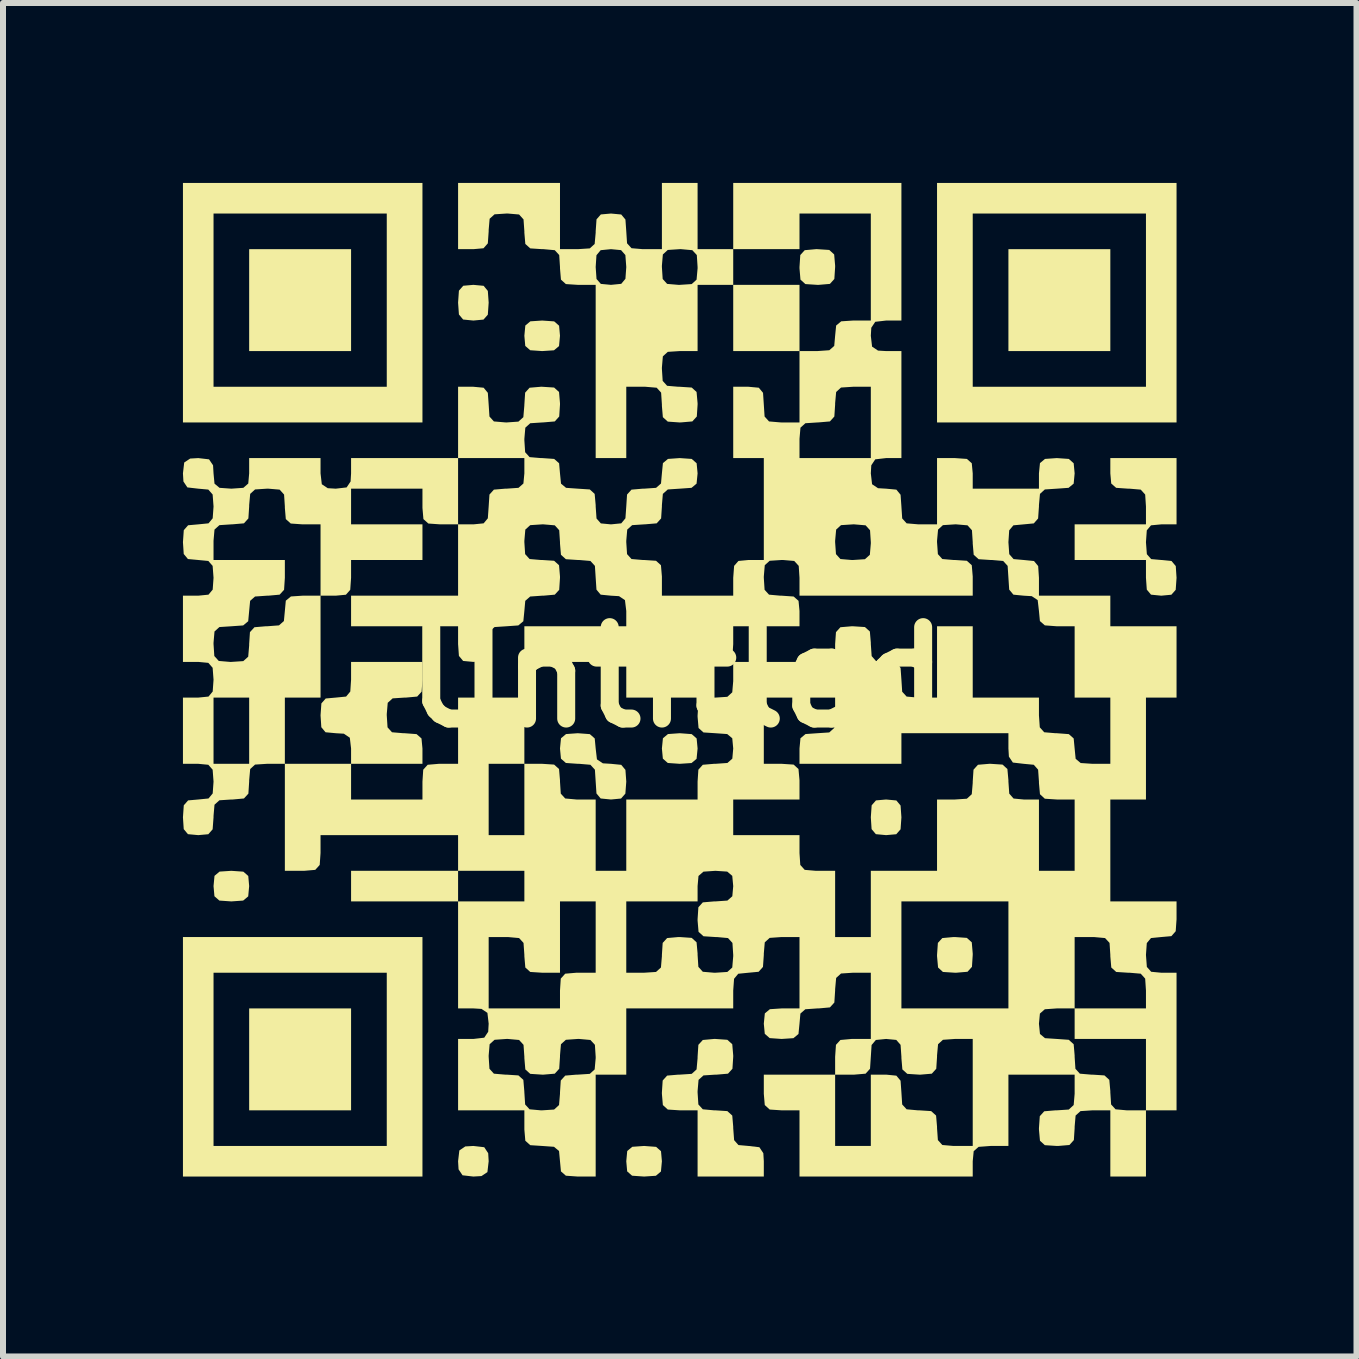
<source format=kicad_pcb>
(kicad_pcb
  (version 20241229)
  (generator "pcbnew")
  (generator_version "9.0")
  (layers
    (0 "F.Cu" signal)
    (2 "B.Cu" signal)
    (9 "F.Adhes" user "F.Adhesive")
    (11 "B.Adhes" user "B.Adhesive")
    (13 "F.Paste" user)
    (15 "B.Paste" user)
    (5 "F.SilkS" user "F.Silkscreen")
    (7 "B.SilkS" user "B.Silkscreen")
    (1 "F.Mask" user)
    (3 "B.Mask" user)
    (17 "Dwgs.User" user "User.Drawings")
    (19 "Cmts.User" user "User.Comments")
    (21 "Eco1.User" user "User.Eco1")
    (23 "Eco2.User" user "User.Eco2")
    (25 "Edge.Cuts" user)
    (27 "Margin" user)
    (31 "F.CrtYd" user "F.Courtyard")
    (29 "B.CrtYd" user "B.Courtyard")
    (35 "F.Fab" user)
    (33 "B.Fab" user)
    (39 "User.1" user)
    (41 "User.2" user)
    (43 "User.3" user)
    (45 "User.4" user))
  (footprint "Untitled"
    (layer "F.Cu")
    (at 8.24 8.24)
    (property "Reference" "Untitled" (at 0 0 0) (layer "F.SilkS") (effects (font (size 1.524 1.524) (thickness 0.3))))
    (attr board_only exclude_from_pos_files exclude_from_bom)
    (fp_poly (pts (xy -5.437 -5.437) (xy -7.136 -5.437) (xy -7.136 -7.136) (xy -5.437 -7.136)) (stroke (width 0) (type solid)) (fill yes) (layer "F.SilkS"))
    (fp_poly (pts (xy -5.437 7.221) (xy -7.136 7.221) (xy -7.136 5.522) (xy -5.437 5.522)) (stroke (width 0) (type solid)) (fill yes) (layer "F.SilkS"))
    (fp_poly (pts (xy 2.039 -5.437) (xy 0.934 -5.437) (xy 0.934 -6.541) (xy 2.039 -6.541)) (stroke (width 0) (type solid)) (fill yes) (layer "F.SilkS"))
    (fp_poly (pts (xy 7.221 -5.437) (xy 5.522 -5.437) (xy 5.522 -7.136) (xy 7.221 -7.136)) (stroke (width 0) (type solid)) (fill yes) (layer "F.SilkS"))
    (fp_poly (pts (xy -4.247 -4.247) (xy -8.24 -4.247) (xy -8.24 -4.842) (xy -7.73 -4.842) (xy -4.842 -4.842) (xy -4.842 -7.73) (xy -7.73 -7.73) (xy -7.73 -4.842) (xy -8.24 -4.842) (xy -8.24 -8.24) (xy -4.247 -8.24)) (stroke (width 0) (type solid)) (fill yes) (layer "F.SilkS"))
    (fp_poly (pts (xy -4.247 8.325) (xy -8.24 8.325) (xy -8.24 7.815) (xy -7.73 7.815) (xy -4.842 7.815) (xy -4.842 4.927) (xy -7.73 4.927) (xy -7.73 7.815) (xy -8.24 7.815) (xy -8.24 4.332) (xy -4.247 4.332)) (stroke (width 0) (type solid)) (fill yes) (layer "F.SilkS"))
    (fp_poly (pts (xy 8.325 -4.247) (xy 4.332 -4.247) (xy 4.332 -4.842) (xy 4.927 -4.842) (xy 7.815 -4.842) (xy 7.815 -7.73) (xy 4.927 -7.73) (xy 4.927 -4.842) (xy 4.332 -4.842) (xy 4.332 -8.24) (xy 8.325 -8.24)) (stroke (width 0) (type solid)) (fill yes) (layer "F.SilkS"))
    (fp_poly (pts (xy -7.233 3.242) (xy -7.151 3.314) (xy -7.136 3.483) (xy -7.152 3.654) (xy -7.236 3.724) (xy -7.433 3.738) (xy -7.633 3.724) (xy -7.715 3.652) (xy -7.73 3.483) (xy -7.714 3.312) (xy -7.63 3.241) (xy -7.433 3.228)) (stroke (width 0) (type solid)) (fill yes) (layer "F.SilkS"))
    (fp_poly (pts (xy -3.227 -6.525) (xy -3.157 -6.44) (xy -3.143 -6.244) (xy -3.157 -6.044) (xy -3.229 -5.962) (xy -3.398 -5.946) (xy -3.569 -5.963) (xy -3.639 -6.047) (xy -3.653 -6.244) (xy -3.639 -6.444) (xy -3.567 -6.526) (xy -3.398 -6.541)) (stroke (width 0) (type solid)) (fill yes) (layer "F.SilkS"))
    (fp_poly (pts (xy -3.217 7.836) (xy -3.151 7.936) (xy -3.143 8.07) (xy -3.164 8.251) (xy -3.263 8.317) (xy -3.398 8.325) (xy -3.579 8.304) (xy -3.645 8.205) (xy -3.653 8.07) (xy -3.632 7.89) (xy -3.533 7.823) (xy -3.398 7.815)) (stroke (width 0) (type solid)) (fill yes) (layer "F.SilkS"))
    (fp_poly (pts (xy -2.051 -5.932) (xy -1.969 -5.86) (xy -1.954 -5.692) (xy -1.97 -5.52) (xy -2.054 -5.45) (xy -2.251 -5.437) (xy -2.451 -5.451) (xy -2.533 -5.523) (xy -2.548 -5.692) (xy -2.532 -5.863) (xy -2.448 -5.933) (xy -2.251 -5.946)) (stroke (width 0) (type solid)) (fill yes) (layer "F.SilkS"))
    (fp_poly (pts (xy -0.352 7.83) (xy -0.27 7.902) (xy -0.255 8.07) (xy -0.271 8.241) (xy -0.355 8.312) (xy -0.552 8.325) (xy -0.752 8.311) (xy -0.834 8.239) (xy -0.849 8.07) (xy -0.833 7.899) (xy -0.749 7.829) (xy -0.552 7.815)) (stroke (width 0) (type solid)) (fill yes) (layer "F.SilkS"))
    (fp_poly (pts (xy 0.242 0.949) (xy 0.324 1.021) (xy 0.34 1.189) (xy 0.323 1.361) (xy 0.239 1.431) (xy 0.042 1.444) (xy -0.157 1.43) (xy -0.239 1.358) (xy -0.255 1.189) (xy -0.238 1.018) (xy -0.154 0.948) (xy 0.042 0.934)) (stroke (width 0) (type solid)) (fill yes) (layer "F.SilkS"))
    (fp_poly (pts (xy 3.654 2.055) (xy 3.724 2.139) (xy 3.738 2.336) (xy 3.724 2.536) (xy 3.652 2.618) (xy 3.483 2.633) (xy 3.312 2.617) (xy 3.241 2.533) (xy 3.228 2.336) (xy 3.242 2.136) (xy 3.314 2.054) (xy 3.483 2.039)) (stroke (width 0) (type solid)) (fill yes) (layer "F.SilkS"))
    (fp_poly (pts (xy 2.535 -7.123) (xy 2.617 -7.048) (xy 2.633 -6.861) (xy 2.633 -6.838) (xy 2.62 -6.639) (xy 2.546 -6.557) (xy 2.359 -6.541) (xy 2.336 -6.541) (xy 2.137 -6.554) (xy 2.055 -6.628) (xy 2.039 -6.816) (xy 2.039 -6.838) (xy 2.052 -7.038) (xy 2.126 -7.119) (xy 2.313 -7.136) (xy 2.336 -7.136)) (stroke (width 0) (type solid)) (fill yes) (layer "F.SilkS"))
    (fp_poly (pts (xy 4.829 4.346) (xy 4.911 4.42) (xy 4.927 4.607) (xy 4.927 4.63) (xy 4.914 4.829) (xy 4.84 4.911) (xy 4.652 4.927) (xy 4.63 4.927) (xy 4.43 4.914) (xy 4.349 4.84) (xy 4.332 4.652) (xy 4.332 4.63) (xy 4.346 4.43) (xy 4.42 4.349) (xy 4.607 4.332) (xy 4.63 4.332)) (stroke (width 0) (type solid)) (fill yes) (layer "F.SilkS"))
    (fp_poly (pts (xy -1.457 0.949) (xy -1.375 1.021) (xy -1.359 1.189) (xy -1.338 1.37) (xy -1.239 1.436) (xy -1.104 1.444) (xy -0.933 1.461) (xy -0.863 1.545) (xy -0.849 1.741) (xy -0.864 1.941) (xy -0.936 2.023) (xy -1.104 2.039) (xy -1.276 2.022) (xy -1.346 1.938) (xy -1.359 1.741) (xy -1.372 1.542) (xy -1.447 1.46) (xy -1.634 1.444) (xy -1.657 1.444) (xy -1.856 1.43) (xy -1.938 1.358) (xy -1.954 1.189) (xy -1.937 1.018) (xy -1.853 0.948) (xy -1.657 0.934)) (stroke (width 0) (type solid)) (fill yes) (layer "F.SilkS"))
    (fp_poly (pts (xy 8.325 -2.548) (xy 8.07 -2.548) (xy 7.899 -2.532) (xy 7.829 -2.448) (xy 7.815 -2.251) (xy 7.83 -2.051) (xy 7.902 -1.969) (xy 8.07 -1.954) (xy 8.241 -1.937) (xy 8.312 -1.853) (xy 8.325 -1.657) (xy 8.311 -1.457) (xy 8.239 -1.375) (xy 8.07 -1.359) (xy 7.899 -1.376) (xy 7.829 -1.46) (xy 7.815 -1.657) (xy 7.815 -1.954) (xy 6.626 -1.954) (xy 6.626 -2.548) (xy 7.815 -2.548) (xy 7.815 -2.846) (xy 7.802 -3.045) (xy 7.728 -3.127) (xy 7.541 -3.143) (xy 7.518 -3.143) (xy 7.318 -3.157) (xy 7.236 -3.229) (xy 7.221 -3.398) (xy 7.221 -3.653) (xy 8.325 -3.653)) (stroke (width 0) (type solid)) (fill yes) (layer "F.SilkS"))
    (fp_poly (pts (xy -4.247 0.042) (xy -4.261 0.242) (xy -4.335 0.323) (xy -4.522 0.34) (xy -4.545 0.34) (xy -4.744 0.353) (xy -4.826 0.427) (xy -4.842 0.614) (xy -4.842 0.637) (xy -4.829 0.836) (xy -4.755 0.918) (xy -4.567 0.934) (xy -4.545 0.934) (xy -4.345 0.949) (xy -4.263 1.021) (xy -4.247 1.189) (xy -4.247 1.444) (xy -5.437 1.444) (xy -5.437 1.189) (xy -5.458 1.009) (xy -5.557 0.942) (xy -5.692 0.934) (xy -5.863 0.918) (xy -5.933 0.834) (xy -5.946 0.637) (xy -5.932 0.437) (xy -5.86 0.355) (xy -5.692 0.34) (xy -5.52 0.323) (xy -5.45 0.239) (xy -5.437 0.042) (xy -5.437 -0.255) (xy -4.247 -0.255)) (stroke (width 0) (type solid)) (fill yes) (layer "F.SilkS"))
    (fp_poly (pts (xy 0.836 6.045) (xy 0.918 6.119) (xy 0.934 6.306) (xy 0.934 6.329) (xy 0.921 6.528) (xy 0.847 6.61) (xy 0.66 6.626) (xy 0.637 6.626) (xy 0.438 6.639) (xy 0.356 6.713) (xy 0.34 6.901) (xy 0.34 6.923) (xy 0.353 7.123) (xy 0.427 7.204) (xy 0.614 7.221) (xy 0.637 7.221) (xy 0.836 7.234) (xy 0.918 7.308) (xy 0.934 7.495) (xy 0.934 7.518) (xy 0.949 7.718) (xy 1.021 7.8) (xy 1.189 7.815) (xy 1.37 7.836) (xy 1.436 7.936) (xy 1.444 8.07) (xy 1.444 8.325) (xy 0.34 8.325) (xy 0.34 7.221) (xy 0.042 7.221) (xy -0.157 7.208) (xy -0.239 7.133) (xy -0.255 6.946) (xy -0.255 6.923) (xy -0.242 6.724) (xy -0.168 6.642) (xy 0.02 6.626) (xy 0.042 6.626) (xy 0.242 6.613) (xy 0.323 6.539) (xy 0.34 6.351) (xy 0.34 6.329) (xy 0.353 6.129) (xy 0.427 6.048) (xy 0.614 6.031) (xy 0.637 6.031)) (stroke (width 0) (type solid)) (fill yes) (layer "F.SilkS"))
    (fp_poly (pts (xy -1.954 -7.136) (xy -1.657 -7.136) (xy -1.457 -7.149) (xy -1.376 -7.223) (xy -1.359 -7.41) (xy -1.359 -7.433) (xy -1.345 -7.633) (xy -1.273 -7.715) (xy -1.104 -7.73) (xy -0.933 -7.714) (xy -0.863 -7.63) (xy -0.849 -7.433) (xy -0.836 -7.234) (xy -0.762 -7.152) (xy -0.575 -7.136) (xy -0.552 -7.136) (xy -0.255 -7.136) (xy -0.255 -8.24) (xy 0.34 -8.24) (xy 0.34 -7.136) (xy 0.934 -7.136) (xy 0.934 -6.541) (xy 0.34 -6.541) (xy 0.34 -5.437) (xy 0.042 -5.437) (xy -0.157 -5.424) (xy -0.239 -5.349) (xy -0.255 -5.162) (xy -0.255 -5.139) (xy -0.242 -4.94) (xy -0.168 -4.858) (xy 0.02 -4.842) (xy 0.042 -4.842) (xy 0.242 -4.829) (xy 0.323 -4.755) (xy 0.34 -4.567) (xy 0.34 -4.545) (xy 0.327 -4.346) (xy 0.252 -4.264) (xy 0.065 -4.248) (xy 0.042 -4.247) (xy -0.157 -4.261) (xy -0.239 -4.335) (xy -0.255 -4.522) (xy -0.255 -4.545) (xy -0.268 -4.744) (xy -0.342 -4.826) (xy -0.53 -4.842) (xy -0.552 -4.842) (xy -0.849 -4.842) (xy -0.849 -3.653) (xy -1.359 -3.653) (xy -1.359 -6.541) (xy -1.657 -6.541) (xy -1.856 -6.554) (xy -1.938 -6.628) (xy -1.954 -6.816) (xy -1.954 -6.838) (xy -1.359 -6.838) (xy -1.345 -6.639) (xy -1.273 -6.557) (xy -1.104 -6.541) (xy -0.933 -6.558) (xy -0.863 -6.642) (xy -0.849 -6.838) (xy -0.255 -6.838) (xy -0.242 -6.639) (xy -0.168 -6.557) (xy 0.02 -6.541) (xy 0.042 -6.541) (xy 0.242 -6.554) (xy 0.323 -6.628) (xy 0.34 -6.816) (xy 0.34 -6.838) (xy 0.327 -7.038) (xy 0.252 -7.119) (xy 0.065 -7.136) (xy 0.042 -7.136) (xy -0.157 -7.123) (xy -0.239 -7.048) (xy -0.255 -6.861) (xy -0.255 -6.838) (xy -0.849 -6.838) (xy -0.864 -7.038) (xy -0.936 -7.12) (xy -1.104 -7.136) (xy -1.276 -7.119) (xy -1.346 -7.035) (xy -1.359 -6.838) (xy -1.954 -6.838) (xy -1.967 -7.038) (xy -2.041 -7.119) (xy -2.229 -7.136) (xy -2.251 -7.136) (xy -2.45 -7.149) (xy -2.532 -7.223) (xy -2.548 -7.41) (xy -2.548 -7.433) (xy -2.562 -7.632) (xy -2.636 -7.714) (xy -2.823 -7.73) (xy -2.846 -7.73) (xy -3.045 -7.717) (xy -3.127 -7.643) (xy -3.143 -7.456) (xy -3.143 -7.433) (xy -3.157 -7.233) (xy -3.229 -7.151) (xy -3.398 -7.136) (xy -3.653 -7.136) (xy -3.653 -8.24) (xy -1.954 -8.24)) (stroke (width 0) (type solid)) (fill yes) (layer "F.SilkS"))
    (fp_poly (pts (xy -6.838 1.444) (xy -7.038 1.457) (xy -7.119 1.531) (xy -7.136 1.719) (xy -7.136 1.741) (xy -7.149 1.941) (xy -7.223 2.022) (xy -7.41 2.039) (xy -7.433 2.039) (xy -7.632 2.052) (xy -7.714 2.126) (xy -7.73 2.313) (xy -7.73 2.336) (xy -7.745 2.536) (xy -7.817 2.618) (xy -7.985 2.633) (xy -8.157 2.617) (xy -8.227 2.533) (xy -8.24 2.336) (xy -8.226 2.136) (xy -8.154 2.054) (xy -7.985 2.039) (xy -7.814 2.022) (xy -7.744 1.938) (xy -7.73 1.741) (xy -7.745 1.542) (xy -7.817 1.46) (xy -7.985 1.444) (xy -7.73 1.444) (xy -7.136 1.444) (xy -7.136 0.34) (xy -7.73 0.34) (xy -7.73 1.444) (xy -7.985 1.444) (xy -8.24 1.444) (xy -8.24 0.34) (xy -7.985 0.34) (xy -7.814 0.323) (xy -7.744 0.239) (xy -7.73 0.042) (xy -7.745 -0.157) (xy -7.817 -0.239) (xy -7.985 -0.255) (xy -8.24 -0.255) (xy -8.24 -0.552) (xy -7.73 -0.552) (xy -7.717 -0.353) (xy -7.643 -0.271) (xy -7.456 -0.255) (xy -7.433 -0.255) (xy -7.234 -0.268) (xy -7.152 -0.342) (xy -7.136 -0.53) (xy -7.136 -0.552) (xy -7.123 -0.751) (xy -7.048 -0.833) (xy -6.861 -0.849) (xy -6.838 -0.849) (xy -6.639 -0.864) (xy -6.557 -0.936) (xy -6.541 -1.104) (xy -6.525 -1.276) (xy -6.44 -1.346) (xy -6.244 -1.359) (xy -5.946 -1.359) (xy -5.946 -2.548) (xy -6.244 -2.548) (xy -6.443 -2.562) (xy -6.525 -2.636) (xy -6.541 -2.823) (xy -6.541 -2.846) (xy -6.554 -3.045) (xy -6.628 -3.127) (xy -6.816 -3.143) (xy -6.838 -3.143) (xy -7.038 -3.13) (xy -7.119 -3.056) (xy -7.136 -2.868) (xy -7.136 -2.846) (xy -7.149 -2.647) (xy -7.223 -2.565) (xy -7.41 -2.549) (xy -7.433 -2.548) (xy -7.632 -2.535) (xy -7.714 -2.461) (xy -7.73 -2.274) (xy -7.73 -2.251) (xy -7.73 -1.954) (xy -6.541 -1.954) (xy -6.541 -1.657) (xy -6.554 -1.457) (xy -6.628 -1.376) (xy -6.816 -1.359) (xy -6.838 -1.359) (xy -7.038 -1.345) (xy -7.12 -1.273) (xy -7.136 -1.104) (xy -7.152 -0.933) (xy -7.236 -0.863) (xy -7.433 -0.849) (xy -7.632 -0.836) (xy -7.714 -0.762) (xy -7.73 -0.575) (xy -7.73 -0.552) (xy -8.24 -0.552) (xy -8.24 -1.359) (xy -7.985 -1.359) (xy -7.814 -1.376) (xy -7.744 -1.46) (xy -7.73 -1.657) (xy -7.745 -1.856) (xy -7.817 -1.938) (xy -7.985 -1.954) (xy -8.157 -1.97) (xy -8.227 -2.054) (xy -8.24 -2.251) (xy -8.226 -2.451) (xy -8.154 -2.533) (xy -7.985 -2.548) (xy -7.814 -2.565) (xy -7.744 -2.649) (xy -7.73 -2.846) (xy -7.745 -3.046) (xy -7.817 -3.128) (xy -7.985 -3.143) (xy -8.166 -3.164) (xy -8.232 -3.263) (xy -8.24 -3.398) (xy -8.219 -3.579) (xy -8.12 -3.645) (xy -7.985 -3.653) (xy -7.805 -3.632) (xy -7.738 -3.533) (xy -7.73 -3.398) (xy -7.714 -3.227) (xy -7.63 -3.157) (xy -7.433 -3.143) (xy -7.233 -3.157) (xy -7.151 -3.229) (xy -7.136 -3.398) (xy -7.136 -3.653) (xy -5.946 -3.653) (xy -5.946 -3.398) (xy -5.925 -3.217) (xy -5.826 -3.151) (xy -5.692 -3.143) (xy -5.511 -3.164) (xy -5.445 -3.263) (xy -5.437 -3.398) (xy -5.437 -3.653) (xy -3.653 -3.653) (xy -3.653 -4.842) (xy -3.398 -4.842) (xy -3.227 -4.826) (xy -3.157 -4.741) (xy -3.143 -4.545) (xy -3.13 -4.346) (xy -3.056 -4.264) (xy -2.868 -4.248) (xy -2.846 -4.247) (xy -2.647 -4.261) (xy -2.565 -4.335) (xy -2.549 -4.522) (xy -2.548 -4.545) (xy -2.535 -4.744) (xy -2.461 -4.826) (xy -2.274 -4.842) (xy -2.251 -4.842) (xy -2.052 -4.829) (xy -1.97 -4.755) (xy -1.954 -4.567) (xy -1.954 -4.545) (xy -1.967 -4.346) (xy -2.041 -4.264) (xy -2.229 -4.248) (xy -2.251 -4.247) (xy -2.45 -4.234) (xy -2.532 -4.16) (xy -2.548 -3.973) (xy -2.548 -3.95) (xy -2.535 -3.751) (xy -2.461 -3.669) (xy -2.274 -3.653) (xy -2.251 -3.653) (xy -2.051 -3.639) (xy -1.969 -3.567) (xy -1.954 -3.398) (xy -1.937 -3.227) (xy -1.853 -3.157) (xy -1.657 -3.143) (xy -1.457 -3.13) (xy -1.376 -3.056) (xy -1.359 -2.868) (xy -1.359 -2.846) (xy -1.345 -2.646) (xy -1.273 -2.564) (xy -1.104 -2.548) (xy -0.933 -2.565) (xy -0.863 -2.649) (xy -0.849 -2.846) (xy -0.836 -3.045) (xy -0.762 -3.127) (xy -0.575 -3.143) (xy -0.552 -3.143) (xy -0.352 -3.157) (xy -0.27 -3.229) (xy -0.255 -3.398) (xy -0.238 -3.569) (xy -0.154 -3.639) (xy 0.042 -3.653) (xy 0.242 -3.639) (xy 0.324 -3.567) (xy 0.34 -3.398) (xy 0.323 -3.227) (xy 0.239 -3.157) (xy 0.042 -3.143) (xy -0.157 -3.13) (xy -0.239 -3.056) (xy -0.255 -2.868) (xy -0.255 -2.846) (xy -0.268 -2.647) (xy -0.342 -2.565) (xy -0.53 -2.549) (xy -0.552 -2.548) (xy -0.751 -2.535) (xy -0.833 -2.461) (xy -0.849 -2.274) (xy -0.849 -2.251) (xy -0.836 -2.052) (xy -0.762 -1.97) (xy -0.575 -1.954) (xy -0.552 -1.954) (xy -0.353 -1.941) (xy -0.271 -1.867) (xy -0.255 -1.679) (xy -0.255 -1.657) (xy -0.255 -1.359) (xy 0.934 -1.359) (xy 0.934 -1.657) (xy 0.949 -1.856) (xy 1.021 -1.938) (xy 1.189 -1.954) (xy 1.444 -1.954) (xy 1.444 -2.251) (xy 2.633 -2.251) (xy 2.647 -2.052) (xy 2.721 -1.97) (xy 2.908 -1.954) (xy 2.931 -1.954) (xy 3.13 -1.967) (xy 3.212 -2.041) (xy 3.228 -2.229) (xy 3.228 -2.251) (xy 3.215 -2.45) (xy 3.141 -2.532) (xy 2.953 -2.548) (xy 2.931 -2.548) (xy 2.731 -2.535) (xy 2.65 -2.461) (xy 2.633 -2.274) (xy 2.633 -2.251) (xy 1.444 -2.251) (xy 1.444 -3.653) (xy 2.039 -3.653) (xy 3.228 -3.653) (xy 3.228 -4.842) (xy 2.931 -4.842) (xy 2.731 -4.829) (xy 2.65 -4.755) (xy 2.633 -4.567) (xy 2.633 -4.545) (xy 2.62 -4.346) (xy 2.546 -4.264) (xy 2.359 -4.248) (xy 2.336 -4.247) (xy 2.137 -4.234) (xy 2.055 -4.16) (xy 2.039 -3.973) (xy 2.039 -3.95) (xy 2.039 -3.653) (xy 1.444 -3.653) (xy 0.934 -3.653) (xy 0.934 -4.842) (xy 1.189 -4.842) (xy 1.361 -4.826) (xy 1.431 -4.741) (xy 1.444 -4.545) (xy 1.457 -4.346) (xy 1.531 -4.264) (xy 1.719 -4.248) (xy 1.741 -4.247) (xy 2.039 -4.247) (xy 2.039 -5.437) (xy 2.336 -5.437) (xy 2.536 -5.451) (xy 2.618 -5.523) (xy 2.633 -5.692) (xy 2.65 -5.863) (xy 2.734 -5.933) (xy 2.931 -5.946) (xy 3.228 -5.946) (xy 3.228 -7.73) (xy 2.039 -7.73) (xy 2.039 -7.136) (xy 0.934 -7.136) (xy 0.934 -8.24) (xy 3.738 -8.24) (xy 3.738 -5.946) (xy 3.483 -5.946) (xy 3.302 -5.925) (xy 3.236 -5.826) (xy 3.228 -5.692) (xy 3.249 -5.511) (xy 3.348 -5.445) (xy 3.483 -5.437) (xy 3.738 -5.437) (xy 3.738 -3.653) (xy 3.483 -3.653) (xy 3.302 -3.632) (xy 3.236 -3.533) (xy 3.228 -3.398) (xy 3.249 -3.217) (xy 3.348 -3.151) (xy 3.483 -3.143) (xy 3.654 -3.127) (xy 3.724 -3.042) (xy 3.738 -2.846) (xy 3.751 -2.647) (xy 3.825 -2.565) (xy 4.012 -2.549) (xy 4.035 -2.548) (xy 4.332 -2.548) (xy 4.332 -3.653) (xy 4.63 -3.653) (xy 4.83 -3.639) (xy 4.911 -3.567) (xy 4.927 -3.398) (xy 4.927 -3.143) (xy 6.031 -3.143) (xy 6.031 -3.398) (xy 6.048 -3.569) (xy 6.132 -3.639) (xy 6.329 -3.653) (xy 6.529 -3.639) (xy 6.61 -3.567) (xy 6.626 -3.398) (xy 6.61 -3.227) (xy 6.525 -3.157) (xy 6.329 -3.143) (xy 6.129 -3.13) (xy 6.048 -3.056) (xy 6.031 -2.868) (xy 6.031 -2.846) (xy 6.017 -2.646) (xy 5.945 -2.564) (xy 5.777 -2.548) (xy 5.605 -2.532) (xy 5.535 -2.448) (xy 5.522 -2.251) (xy 5.536 -2.051) (xy 5.608 -1.969) (xy 5.777 -1.954) (xy 5.948 -1.937) (xy 6.018 -1.853) (xy 6.031 -1.657) (xy 6.031 -1.359) (xy 7.221 -1.359) (xy 7.221 -0.849) (xy 8.325 -0.849) (xy 8.325 0.34) (xy 7.815 0.34) (xy 7.815 2.039) (xy 7.221 2.039) (xy 7.221 3.738) (xy 8.325 3.738) (xy 8.325 4.035) (xy 8.311 4.235) (xy 8.239 4.317) (xy 8.07 4.332) (xy 7.899 4.349) (xy 7.829 4.433) (xy 7.815 4.63) (xy 7.83 4.83) (xy 7.902 4.911) (xy 8.07 4.927) (xy 8.325 4.927) (xy 8.325 7.221) (xy 7.815 7.221) (xy 7.815 8.325) (xy 7.221 8.325) (xy 7.221 7.221) (xy 6.923 7.221) (xy 6.724 7.234) (xy 6.642 7.308) (xy 6.626 7.495) (xy 6.626 7.518) (xy 6.613 7.717) (xy 6.539 7.799) (xy 6.351 7.815) (xy 6.329 7.815) (xy 6.129 7.802) (xy 6.048 7.728) (xy 6.031 7.541) (xy 6.031 7.518) (xy 6.045 7.319) (xy 6.119 7.237) (xy 6.306 7.221) (xy 6.329 7.221) (xy 6.528 7.208) (xy 6.61 7.133) (xy 6.626 6.946) (xy 6.626 6.923) (xy 6.626 6.626) (xy 5.522 6.626) (xy 5.522 7.815) (xy 5.224 7.815) (xy 5.025 7.83) (xy 4.943 7.902) (xy 4.927 8.07) (xy 4.927 8.325) (xy 2.039 8.325) (xy 2.039 7.815) (xy 2.633 7.815) (xy 3.228 7.815) (xy 3.228 6.626) (xy 3.483 6.626) (xy 3.654 6.643) (xy 3.724 6.727) (xy 3.738 6.923) (xy 3.751 7.123) (xy 3.825 7.204) (xy 4.012 7.221) (xy 4.035 7.221) (xy 4.234 7.234) (xy 4.316 7.308) (xy 4.332 7.495) (xy 4.332 7.518) (xy 4.346 7.717) (xy 4.42 7.799) (xy 4.607 7.815) (xy 4.63 7.815) (xy 4.927 7.815) (xy 4.927 6.031) (xy 4.63 6.031) (xy 4.43 6.045) (xy 4.349 6.119) (xy 4.332 6.306) (xy 4.332 6.329) (xy 4.319 6.528) (xy 4.245 6.61) (xy 4.058 6.626) (xy 4.035 6.626) (xy 3.836 6.613) (xy 3.754 6.539) (xy 3.738 6.351) (xy 3.738 6.329) (xy 3.724 6.129) (xy 3.652 6.047) (xy 3.483 6.031) (xy 3.312 6.048) (xy 3.241 6.132) (xy 3.228 6.329) (xy 3.215 6.528) (xy 3.141 6.61) (xy 2.953 6.626) (xy 2.931 6.626) (xy 2.633 6.626) (xy 2.633 7.815) (xy 2.039 7.815) (xy 2.039 7.221) (xy 1.741 7.221) (xy 1.542 7.208) (xy 1.46 7.133) (xy 1.444 6.946) (xy 1.444 6.923) (xy 1.444 6.626) (xy 2.633 6.626) (xy 2.633 6.329) (xy 2.647 6.129) (xy 2.721 6.048) (xy 2.908 6.031) (xy 2.931 6.031) (xy 3.228 6.031) (xy 3.228 5.777) (xy 6.031 5.777) (xy 6.048 5.948) (xy 6.132 6.018) (xy 6.329 6.031) (xy 6.528 6.045) (xy 6.61 6.119) (xy 6.626 6.306) (xy 6.626 6.329) (xy 6.639 6.528) (xy 6.713 6.61) (xy 6.901 6.626) (xy 6.923 6.626) (xy 7.123 6.639) (xy 7.204 6.713) (xy 7.221 6.901) (xy 7.221 6.923) (xy 7.234 7.123) (xy 7.308 7.204) (xy 7.495 7.221) (xy 7.518 7.221) (xy 7.815 7.221) (xy 7.815 6.031) (xy 6.626 6.031) (xy 6.626 5.522) (xy 7.815 5.522) (xy 7.815 5.224) (xy 7.802 5.025) (xy 7.728 4.943) (xy 7.541 4.927) (xy 7.518 4.927) (xy 7.319 4.914) (xy 7.237 4.84) (xy 7.221 4.652) (xy 7.221 4.63) (xy 7.208 4.43) (xy 7.133 4.349) (xy 6.946 4.332) (xy 6.923 4.332) (xy 6.626 4.332) (xy 6.626 5.522) (xy 6.329 5.522) (xy 6.129 5.536) (xy 6.047 5.608) (xy 6.031 5.777) (xy 3.228 5.777) (xy 3.228 5.522) (xy 3.738 5.522) (xy 5.522 5.522) (xy 5.522 3.738) (xy 3.738 3.738) (xy 3.738 5.522) (xy 3.228 5.522) (xy 3.228 4.927) (xy 2.931 4.927) (xy 2.731 4.94) (xy 2.65 5.014) (xy 2.633 5.202) (xy 2.633 5.224) (xy 2.62 5.424) (xy 2.546 5.505) (xy 2.359 5.522) (xy 2.336 5.522) (xy 2.136 5.536) (xy 2.054 5.608) (xy 2.039 5.777) (xy 2.022 5.948) (xy 1.938 6.018) (xy 1.741 6.031) (xy 1.542 6.017) (xy 1.46 5.945) (xy 1.444 5.777) (xy 1.461 5.605) (xy 1.545 5.535) (xy 1.741 5.522) (xy 2.039 5.522) (xy 2.039 4.332) (xy 1.741 4.332) (xy 1.542 4.346) (xy 1.46 4.42) (xy 1.444 4.607) (xy 1.444 4.63) (xy 1.43 4.83) (xy 1.358 4.911) (xy 1.189 4.927) (xy 1.018 4.944) (xy 0.948 5.028) (xy 0.934 5.224) (xy 0.934 5.522) (xy -0.849 5.522) (xy -0.849 6.626) (xy -1.359 6.626) (xy -1.359 8.325) (xy -1.657 8.325) (xy -1.856 8.311) (xy -1.938 8.239) (xy -1.954 8.07) (xy -1.97 7.899) (xy -2.054 7.829) (xy -2.251 7.815) (xy -2.45 7.802) (xy -2.532 7.728) (xy -2.548 7.541) (xy -2.548 7.518) (xy -2.548 7.221) (xy -3.653 7.221) (xy -3.653 6.329) (xy -3.143 6.329) (xy -3.13 6.528) (xy -3.056 6.61) (xy -2.868 6.626) (xy -2.846 6.626) (xy -2.647 6.639) (xy -2.565 6.713) (xy -2.549 6.901) (xy -2.548 6.923) (xy -2.535 7.123) (xy -2.461 7.204) (xy -2.274 7.221) (xy -2.251 7.221) (xy -2.052 7.208) (xy -1.97 7.133) (xy -1.954 6.946) (xy -1.954 6.923) (xy -1.941 6.724) (xy -1.867 6.642) (xy -1.679 6.626) (xy -1.657 6.626) (xy -1.457 6.613) (xy -1.376 6.539) (xy -1.359 6.351) (xy -1.359 6.329) (xy -1.372 6.129) (xy -1.447 6.048) (xy -1.634 6.031) (xy -1.657 6.031) (xy -1.856 6.045) (xy -1.938 6.119) (xy -1.954 6.306) (xy -1.954 6.329) (xy -1.967 6.528) (xy -2.041 6.61) (xy -2.229 6.626) (xy -2.251 6.626) (xy -2.45 6.613) (xy -2.532 6.539) (xy -2.548 6.351) (xy -2.548 6.329) (xy -2.562 6.129) (xy -2.636 6.048) (xy -2.823 6.031) (xy -2.846 6.031) (xy -3.045 6.045) (xy -3.127 6.119) (xy -3.143 6.306) (xy -3.143 6.329) (xy -3.653 6.329) (xy -3.653 6.031) (xy -3.398 6.031) (xy -3.217 6.01) (xy -3.151 5.911) (xy -3.143 5.777) (xy -3.164 5.596) (xy -3.263 5.53) (xy -3.398 5.522) (xy -3.143 5.522) (xy -1.954 5.522) (xy -1.954 5.224) (xy -1.941 5.025) (xy -1.867 4.943) (xy -1.679 4.927) (xy -1.657 4.927) (xy -1.359 4.927) (xy -0.849 4.927) (xy -0.552 4.927) (xy -0.353 4.914) (xy -0.271 4.84) (xy -0.255 4.652) (xy -0.255 4.63) (xy -0.242 4.43) (xy -0.168 4.349) (xy 0.02 4.332) (xy 0.042 4.332) (xy 0.242 4.346) (xy 0.323 4.42) (xy 0.34 4.607) (xy 0.34 4.63) (xy 0.353 4.829) (xy 0.427 4.911) (xy 0.614 4.927) (xy 0.637 4.927) (xy 0.836 4.914) (xy 0.918 4.84) (xy 0.934 4.652) (xy 0.934 4.63) (xy 0.921 4.43) (xy 0.847 4.349) (xy 0.66 4.332) (xy 0.637 4.332) (xy 0.438 4.319) (xy 0.356 4.245) (xy 0.34 4.058) (xy 0.34 4.035) (xy 0.353 3.836) (xy 0.427 3.754) (xy 0.614 3.738) (xy 0.637 3.738) (xy 0.837 3.724) (xy 0.919 3.652) (xy 0.934 3.483) (xy 0.918 3.312) (xy 0.834 3.241) (xy 0.637 3.228) (xy 0.437 3.242) (xy 0.355 3.314) (xy 0.34 3.483) (xy 0.34 3.738) (xy -0.849 3.738) (xy -0.849 4.927) (xy -1.359 4.927) (xy -1.359 3.738) (xy -1.954 3.738) (xy -1.954 4.927) (xy -2.251 4.927) (xy -2.45 4.914) (xy -2.532 4.84) (xy -2.548 4.652) (xy -2.548 4.63) (xy -2.562 4.43) (xy -2.636 4.349) (xy -2.823 4.332) (xy -2.846 4.332) (xy -3.143 4.332) (xy -3.143 5.522) (xy -3.398 5.522) (xy -3.653 5.522) (xy -3.653 3.738) (xy -2.548 3.738) (xy -2.548 3.228) (xy -3.653 3.228) (xy -3.653 3.738) (xy -5.437 3.738) (xy -5.437 3.228) (xy -3.653 3.228) (xy -3.653 2.633) (xy -3.143 2.633) (xy -2.548 2.633) (xy -2.548 1.444) (xy -3.143 1.444) (xy -3.143 2.633) (xy -3.653 2.633) (xy -5.946 2.633) (xy -5.946 2.931) (xy -5.96 3.13) (xy -6.034 3.212) (xy -6.221 3.228) (xy -6.244 3.228) (xy -6.541 3.228) (xy -6.541 1.444) (xy -5.437 1.444) (xy -5.437 2.039) (xy -4.247 2.039) (xy -4.247 1.741) (xy -4.234 1.542) (xy -4.16 1.46) (xy -3.973 1.444) (xy -3.95 1.444) (xy -3.653 1.444) (xy -3.653 0.34) (xy -2.548 0.34) (xy -2.548 1.444) (xy -2.251 1.444) (xy -2.052 1.457) (xy -1.97 1.531) (xy -1.954 1.719) (xy -1.954 1.741) (xy -1.941 1.941) (xy -1.867 2.022) (xy -1.679 2.039) (xy -1.657 2.039) (xy -1.359 2.039) (xy -1.359 3.228) (xy -0.849 3.228) (xy -0.849 2.633) (xy 0.934 2.633) (xy 2.039 2.633) (xy 2.039 2.931) (xy 2.052 3.13) (xy 2.126 3.212) (xy 2.313 3.228) (xy 2.336 3.228) (xy 2.633 3.228) (xy 2.633 4.332) (xy 3.228 4.332) (xy 3.228 3.228) (xy 4.332 3.228) (xy 4.332 2.039) (xy 4.63 2.039) (xy 4.829 2.026) (xy 4.911 1.951) (xy 4.927 1.764) (xy 4.927 1.741) (xy 4.94 1.542) (xy 5.014 1.46) (xy 5.202 1.444) (xy 5.224 1.444) (xy 5.424 1.457) (xy 5.505 1.531) (xy 5.522 1.719) (xy 5.522 1.741) (xy 5.536 1.941) (xy 5.608 2.023) (xy 5.777 2.039) (xy 6.031 2.039) (xy 6.031 3.228) (xy 6.626 3.228) (xy 6.626 2.039) (xy 6.329 2.039) (xy 6.129 2.026) (xy 6.048 1.951) (xy 6.031 1.764) (xy 6.031 1.741) (xy 6.017 1.542) (xy 5.945 1.46) (xy 5.777 1.444) (xy 5.596 1.423) (xy 5.53 1.324) (xy 5.522 1.189) (xy 5.522 0.934) (xy 3.738 0.934) (xy 3.738 1.444) (xy 2.039 1.444) (xy 2.039 1.189) (xy 2.055 1.018) (xy 2.139 0.948) (xy 2.336 0.934) (xy 2.535 0.921) (xy 2.617 0.847) (xy 2.633 0.66) (xy 2.633 0.637) (xy 2.633 0.34) (xy 1.444 0.34) (xy 1.444 1.444) (xy 1.741 1.444) (xy 1.941 1.457) (xy 2.022 1.531) (xy 2.039 1.719) (xy 2.039 1.741) (xy 2.039 2.039) (xy 0.934 2.039) (xy 0.934 2.633) (xy -0.849 2.633) (xy -0.849 2.039) (xy 0.34 2.039) (xy 0.34 1.741) (xy 0.353 1.542) (xy 0.427 1.46) (xy 0.614 1.444) (xy 0.637 1.444) (xy 0.837 1.43) (xy 0.919 1.358) (xy 0.934 1.189) (xy 0.918 1.018) (xy 0.834 0.948) (xy 0.637 0.934) (xy 0.438 0.921) (xy 0.356 0.847) (xy 0.34 0.66) (xy 0.34 0.637) (xy 0.353 0.438) (xy 0.427 0.356) (xy 0.614 0.34) (xy 0.637 0.34) (xy 0.836 0.327) (xy 0.918 0.252) (xy 0.934 0.065) (xy 0.934 0.042) (xy 0.934 -0.255) (xy 2.633 -0.255) (xy 2.633 -0.552) (xy 2.647 -0.751) (xy 2.721 -0.833) (xy 2.908 -0.849) (xy 2.931 -0.849) (xy 3.13 -0.836) (xy 3.212 -0.762) (xy 3.228 -0.575) (xy 3.228 -0.552) (xy 3.242 -0.352) (xy 3.314 -0.27) (xy 3.483 -0.255) (xy 3.654 -0.238) (xy 3.724 -0.154) (xy 3.738 0.042) (xy 3.751 0.242) (xy 3.825 0.323) (xy 4.012 0.34) (xy 4.035 0.34) (xy 4.332 0.34) (xy 4.332 -0.849) (xy 4.927 -0.849) (xy 4.927 0.34) (xy 6.031 0.34) (xy 6.031 0.637) (xy 6.045 0.836) (xy 6.119 0.918) (xy 6.306 0.934) (xy 6.329 0.934) (xy 6.529 0.949) (xy 6.61 1.021) (xy 6.626 1.189) (xy 6.643 1.361) (xy 6.727 1.431) (xy 6.923 1.444) (xy 7.221 1.444) (xy 7.221 0.34) (xy 6.626 0.34) (xy 6.626 -0.849) (xy 6.329 -0.849) (xy 6.129 -0.864) (xy 6.047 -0.936) (xy 6.031 -1.104) (xy 6.01 -1.285) (xy 5.911 -1.351) (xy 5.777 -1.359) (xy 5.605 -1.376) (xy 5.535 -1.46) (xy 5.522 -1.657) (xy 5.509 -1.856) (xy 5.434 -1.938) (xy 5.247 -1.954) (xy 5.224 -1.954) (xy 5.025 -1.967) (xy 4.943 -2.041) (xy 4.927 -2.229) (xy 4.927 -2.251) (xy 4.914 -2.45) (xy 4.84 -2.532) (xy 4.652 -2.548) (xy 4.63 -2.548) (xy 4.43 -2.535) (xy 4.349 -2.461) (xy 4.332 -2.274) (xy 4.332 -2.251) (xy 4.346 -2.052) (xy 4.42 -1.97) (xy 4.607 -1.954) (xy 4.63 -1.954) (xy 4.829 -1.941) (xy 4.911 -1.867) (xy 4.927 -1.679) (xy 4.927 -1.657) (xy 4.927 -1.359) (xy 2.039 -1.359) (xy 2.039 -1.657) (xy 2.026 -1.856) (xy 1.951 -1.938) (xy 1.764 -1.954) (xy 1.741 -1.954) (xy 1.542 -1.941) (xy 1.46 -1.867) (xy 1.444 -1.679) (xy 1.444 -1.657) (xy 1.457 -1.457) (xy 1.531 -1.376) (xy 1.719 -1.359) (xy 1.741 -1.359) (xy 1.941 -1.345) (xy 2.023 -1.273) (xy 2.039 -1.104) (xy 2.039 -0.849) (xy 0.934 -0.849) (xy 0.934 -0.552) (xy 0.921 -0.353) (xy 0.847 -0.271) (xy 0.66 -0.255) (xy 0.637 -0.255) (xy 0.438 -0.242) (xy 0.356 -0.168) (xy 0.34 0.02) (xy 0.34 0.042) (xy 0.34 0.34) (xy -0.849 0.34) (xy -0.849 -0.255) (xy -2.548 -0.255) (xy -2.548 -0.849) (xy -0.849 -0.849) (xy -0.849 -1.104) (xy -0.871 -1.285) (xy -0.97 -1.351) (xy -1.104 -1.359) (xy -1.276 -1.376) (xy -1.346 -1.46) (xy -1.359 -1.657) (xy -1.372 -1.856) (xy -1.447 -1.938) (xy -1.634 -1.954) (xy -1.657 -1.954) (xy -1.856 -1.967) (xy -1.938 -2.041) (xy -1.954 -2.229) (xy -1.954 -2.251) (xy -1.967 -2.45) (xy -2.041 -2.532) (xy -2.229 -2.548) (xy -2.251 -2.548) (xy -2.45 -2.535) (xy -2.532 -2.461) (xy -2.548 -2.274) (xy -2.548 -2.251) (xy -2.535 -2.052) (xy -2.461 -1.97) (xy -2.274 -1.954) (xy -2.251 -1.954) (xy -2.052 -1.941) (xy -1.97 -1.867) (xy -1.954 -1.679) (xy -1.954 -1.657) (xy -1.967 -1.457) (xy -2.041 -1.376) (xy -2.229 -1.359) (xy -2.251 -1.359) (xy -2.451 -1.345) (xy -2.533 -1.273) (xy -2.548 -1.104) (xy -2.565 -0.933) (xy -2.649 -0.863) (xy -2.846 -0.849) (xy -3.045 -0.836) (xy -3.127 -0.762) (xy -3.143 -0.575) (xy -3.143 -0.552) (xy -3.157 -0.352) (xy -3.229 -0.27) (xy -3.398 -0.255) (xy -3.569 -0.271) (xy -3.639 -0.355) (xy -3.653 -0.552) (xy -3.653 -0.849) (xy -5.437 -0.849) (xy -5.437 -1.359) (xy -3.653 -1.359) (xy -3.653 -2.548) (xy -3.398 -2.548) (xy -3.227 -2.565) (xy -3.157 -2.649) (xy -3.143 -2.846) (xy -3.13 -3.045) (xy -3.056 -3.127) (xy -2.868 -3.143) (xy -2.846 -3.143) (xy -2.646 -3.157) (xy -2.564 -3.229) (xy -2.548 -3.398) (xy -2.548 -3.653) (xy -3.653 -3.653) (xy -3.653 -2.548) (xy -3.95 -2.548) (xy -4.149 -2.562) (xy -4.231 -2.636) (xy -4.247 -2.823) (xy -4.247 -2.846) (xy -4.247 -3.143) (xy -5.437 -3.143) (xy -5.437 -2.548) (xy -4.247 -2.548) (xy -4.247 -1.954) (xy -5.437 -1.954) (xy -5.437 -1.657) (xy -5.451 -1.457) (xy -5.523 -1.375) (xy -5.692 -1.359) (xy -5.946 -1.359) (xy -5.946 0.34) (xy -6.541 0.34) (xy -6.541 1.444)) (stroke (width 0) (type solid)) (fill yes) (layer "F.SilkS")))
  (gr_rect
    (start -3 -3)
    (end 19.565 19.565)
    (stroke (width 0.1) (type default))
    (fill no)
    (layer "Edge.Cuts")))
</source>
